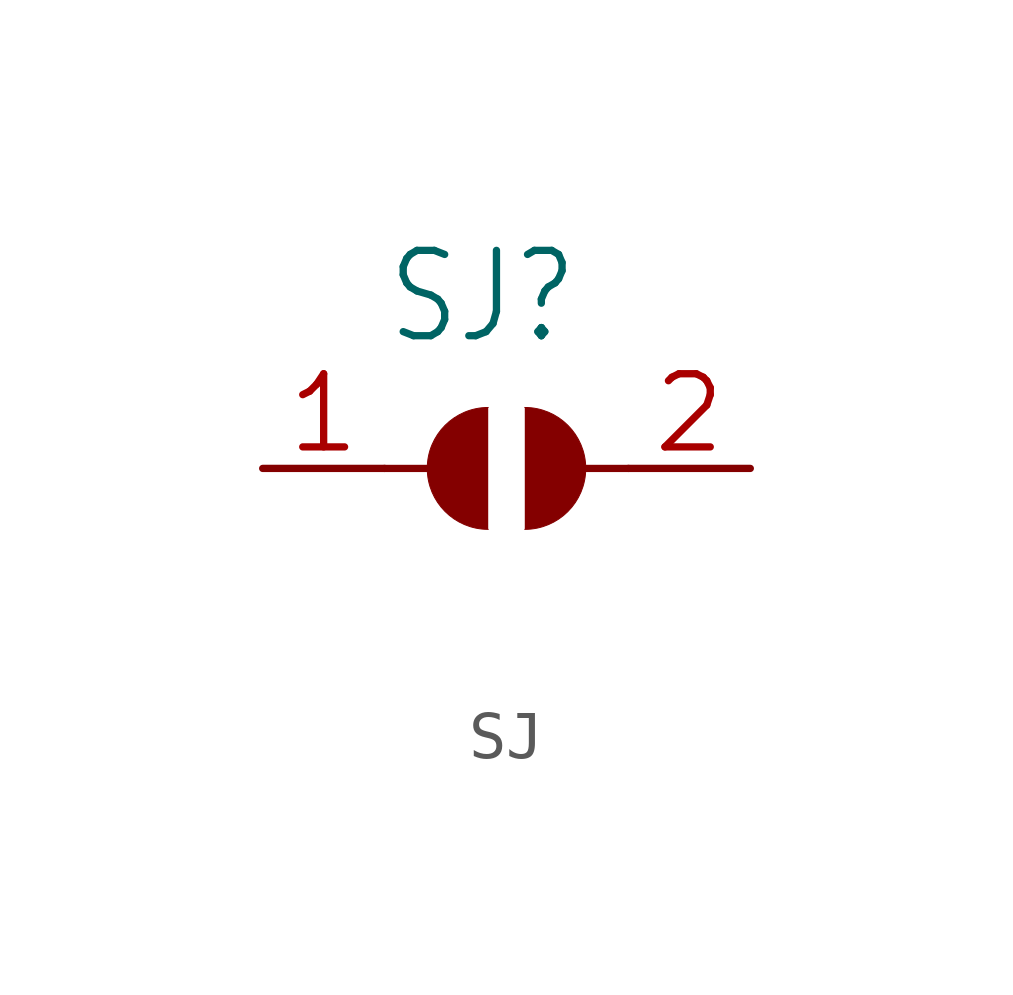
<source format=kicad_sym>
(kicad_symbol_lib
  (version 20241209)
  (generator "kicad_symbol_editor")
  (generator_version "9.0")
  (symbol "SJ"
    (property "Reference" "SJ"
      (at -2.54 2.54 0)
      (effects (font (size 1.778 1.511)) (justify left bottom)))
    (property "Value" ""
      (at -2.54 -3.81 0)
      (effects (font (size 1.778 1.511)) (justify left bottom)))
    (property "ki_locked" ""
      (at 0 0 0)
      (effects (font (size 1.27 1.27))))
    (symbol "SJ_1_0"
      (polyline (pts (xy -2.54 0) (xy -1.651 0)) (stroke (width 0.152) (type solid)) (fill (type none)))
      (arc (start -0.381 -1.27) (mid -1.651 0) (end -0.381 1.27) (stroke (width 0.0001) (type solid)) (fill (type outline)))
      (arc (start 0.381 1.27) (mid 1.651 0) (end 0.381 -1.27) (stroke (width 0.0001) (type solid)) (fill (type outline)))
      (polyline (pts (xy 2.54 0) (xy 1.651 0)) (stroke (width 0.152) (type solid)) (fill (type none)))
      (pin passive line (at -5.08 0 0) (length 2.54) (name "1" (effects (font (size 0 0)))) (number "1" (effects (font (size 1.524 1.524)))))
      (pin passive line (at 5.08 0 180) (length 2.54) (name "2" (effects (font (size 0 0)))) (number "2" (effects (font (size 1.524 1.524))))))))
</source>
